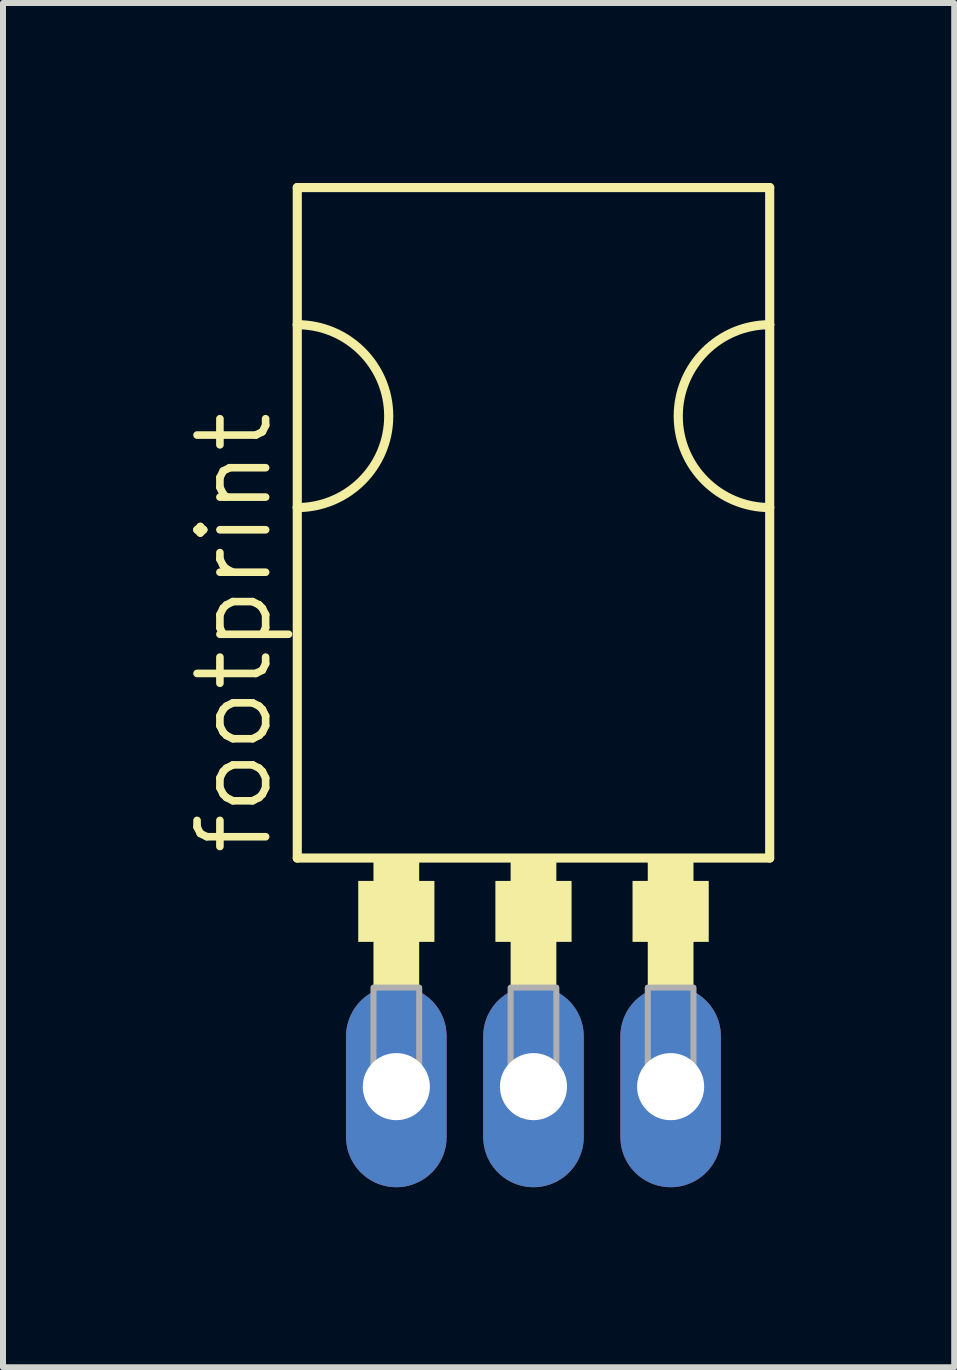
<source format=kicad_pcb>
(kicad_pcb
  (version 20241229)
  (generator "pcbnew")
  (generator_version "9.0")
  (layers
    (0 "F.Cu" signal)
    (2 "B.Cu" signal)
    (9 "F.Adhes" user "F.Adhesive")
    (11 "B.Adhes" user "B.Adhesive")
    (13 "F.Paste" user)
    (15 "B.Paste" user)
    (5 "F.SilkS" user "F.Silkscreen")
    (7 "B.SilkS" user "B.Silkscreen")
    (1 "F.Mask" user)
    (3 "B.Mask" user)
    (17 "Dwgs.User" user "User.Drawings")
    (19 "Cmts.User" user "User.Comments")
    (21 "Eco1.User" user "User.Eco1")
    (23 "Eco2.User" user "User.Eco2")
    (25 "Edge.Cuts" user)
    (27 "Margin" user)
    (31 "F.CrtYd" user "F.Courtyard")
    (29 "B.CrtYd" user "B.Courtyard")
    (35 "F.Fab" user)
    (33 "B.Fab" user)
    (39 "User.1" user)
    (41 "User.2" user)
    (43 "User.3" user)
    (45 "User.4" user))
  (footprint "footprint"
    (layer "F.Cu")
    (at 5.842 9.982)
    (property "Reference" "footprint" (at -4.318 1.27 90) (layer "F.SilkS") (effects (font (size 1.143 1.143) (thickness 0.127)) (justify left bottom)))
    (fp_line (start -3.937 -9.906) (end 3.937 -9.906) (stroke (width 0.152) (type solid)) (layer "F.SilkS"))
    (fp_line (start -3.937 -7.62) (end -3.937 -9.906) (stroke (width 0.152) (type solid)) (layer "F.SilkS"))
    (fp_line (start -3.937 -4.572) (end -3.937 -7.62) (stroke (width 0.152) (type solid)) (layer "F.SilkS"))
    (fp_line (start -3.937 1.27) (end -3.937 -4.572) (stroke (width 0.152) (type solid)) (layer "F.SilkS"))
    (fp_line (start -3.937 1.27) (end 3.937 1.27) (stroke (width 0.152) (type solid)) (layer "F.SilkS"))
    (fp_line (start 3.937 -9.906) (end 3.937 -7.62) (stroke (width 0.152) (type solid)) (layer "F.SilkS"))
    (fp_line (start 3.937 -7.62) (end 3.937 -4.572) (stroke (width 0.152) (type solid)) (layer "F.SilkS"))
    (fp_line (start 3.937 -4.572) (end 3.937 1.27) (stroke (width 0.152) (type solid)) (layer "F.SilkS"))
    (fp_arc (start -3.937 -7.62) (mid -2.413 -6.096) (end -3.937 -4.572) (stroke (width 0.1524) (type solid)) (layer "F.SilkS"))
    (fp_arc (start 3.937 -4.572) (mid 2.413 -6.096) (end 3.937 -7.62) (stroke (width 0.1524) (type solid)) (layer "F.SilkS"))
    (fp_poly (pts (xy -2.921 2.667) (xy -1.651 2.667) (xy -1.651 1.651) (xy -2.921 1.651)) (stroke (width 0) (type solid)) (fill yes) (layer "F.SilkS"))
    (fp_poly (pts (xy -2.667 3.429) (xy -1.905 3.429) (xy -1.905 1.27) (xy -2.667 1.27)) (stroke (width 0) (type solid)) (fill yes) (layer "F.SilkS"))
    (fp_poly (pts (xy -0.635 2.667) (xy 0.635 2.667) (xy 0.635 1.651) (xy -0.635 1.651)) (stroke (width 0) (type solid)) (fill yes) (layer "F.SilkS"))
    (fp_poly (pts (xy -0.381 3.429) (xy 0.381 3.429) (xy 0.381 1.27) (xy -0.381 1.27)) (stroke (width 0) (type solid)) (fill yes) (layer "F.SilkS"))
    (fp_poly (pts (xy 1.651 2.667) (xy 2.921 2.667) (xy 2.921 1.651) (xy 1.651 1.651)) (stroke (width 0) (type solid)) (fill yes) (layer "F.SilkS"))
    (fp_poly (pts (xy 1.905 3.429) (xy 2.667 3.429) (xy 2.667 1.27) (xy 1.905 1.27)) (stroke (width 0) (type solid)) (fill yes) (layer "F.SilkS"))
    (fp_poly (pts (xy -2.667 4.953) (xy -1.905 4.953) (xy -1.905 3.429) (xy -2.667 3.429)) (stroke (width 0.1) (type solid)) (fill no) (layer "F.Fab"))
    (fp_poly (pts (xy -0.381 4.953) (xy 0.381 4.953) (xy 0.381 3.429) (xy -0.381 3.429)) (stroke (width 0.1) (type solid)) (fill no) (layer "F.Fab"))
    (fp_poly (pts (xy 1.905 4.953) (xy 2.667 4.953) (xy 2.667 3.429) (xy 1.905 3.429)) (stroke (width 0.1) (type solid)) (fill no) (layer "F.Fab"))
    (pad "A1" thru_hole oval (at -2.286 5.08 90) (size 3.353 1.676) (drill 1.118) (layers "*.Cu" "*.Mask"))
    (pad "A2" thru_hole oval (at 2.286 5.08 90) (size 3.353 1.676) (drill 1.118) (layers "*.Cu" "*.Mask"))
    (pad "C" thru_hole oval (at 0 5.08 90) (size 3.353 1.676) (drill 1.118) (layers "*.Cu" "*.Mask")))
  (gr_rect
    (start -3 -3)
    (end 12.855 19.739)
    (stroke (width 0.1) (type default))
    (fill no)
    (layer "Edge.Cuts")))
</source>
